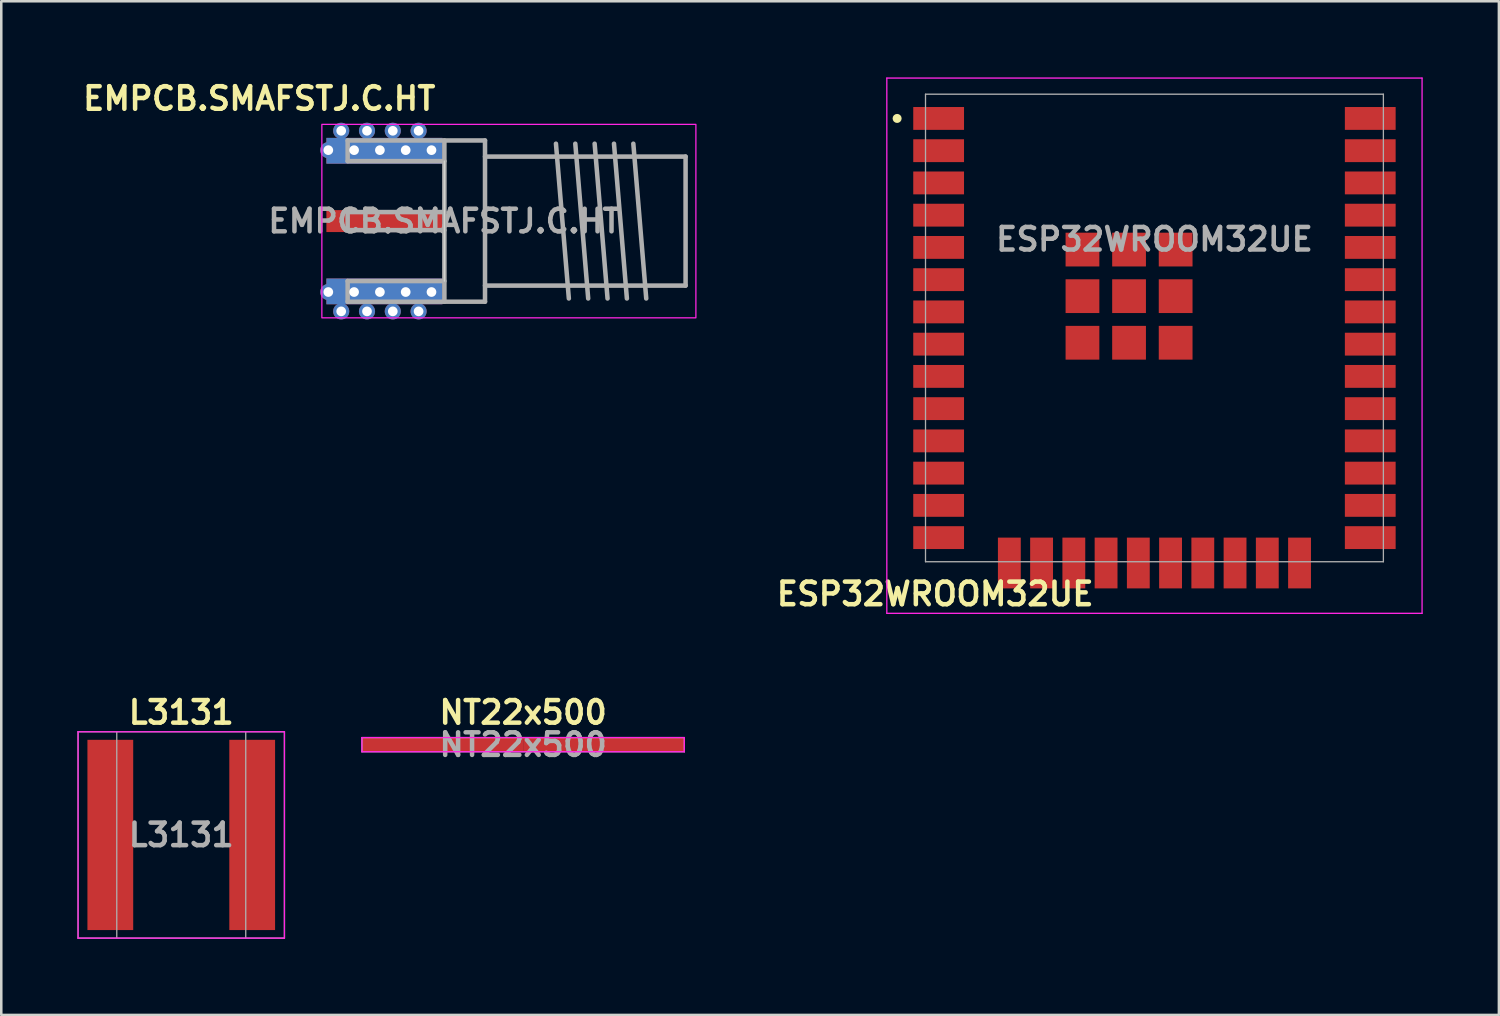
<source format=kicad_pcb>
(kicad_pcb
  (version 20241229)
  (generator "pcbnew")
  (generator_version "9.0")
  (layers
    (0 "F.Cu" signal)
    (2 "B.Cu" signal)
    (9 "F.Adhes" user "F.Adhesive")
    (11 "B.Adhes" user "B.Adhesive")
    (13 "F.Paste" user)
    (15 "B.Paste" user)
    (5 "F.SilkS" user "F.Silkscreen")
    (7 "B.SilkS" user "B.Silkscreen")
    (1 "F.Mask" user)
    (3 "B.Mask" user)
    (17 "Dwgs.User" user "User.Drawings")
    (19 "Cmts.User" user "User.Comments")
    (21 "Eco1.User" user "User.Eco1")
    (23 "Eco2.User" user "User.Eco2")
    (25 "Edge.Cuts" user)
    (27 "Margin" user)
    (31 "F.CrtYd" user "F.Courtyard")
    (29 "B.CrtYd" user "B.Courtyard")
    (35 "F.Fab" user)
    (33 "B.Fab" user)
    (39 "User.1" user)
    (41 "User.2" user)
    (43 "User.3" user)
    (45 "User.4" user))
  (footprint "EMPCB.SMAFSTJ.C.HT"
    (layer "F.Cu")
    (at 14.453 5.658)
    (property "Reference" "EMPCB.SMAFSTJ.C.HT" (at -0.254 -4.826 0) (layer "F.SilkS") (effects (font (size 0.889 0.889) (thickness 0.178)) (justify right)))
    (attr smd)
    (fp_rect (start -4.826 -3.81) (end 0 3.81) (stroke (width 0) (type solid)) (fill yes) (layer "F.Mask"))
    (fp_rect (start -4.826 -3.81) (end 0 -1.727) (stroke (width 0) (type solid)) (fill yes) (layer "B.Mask"))
    (fp_rect (start -4.826 1.727) (end 0 3.81) (stroke (width 0) (type solid)) (fill yes) (layer "B.Mask"))
    (fp_line (start 0 -2.362) (end 0 2.362) (stroke (width 0.051) (type default)) (layer "Edge.Cuts"))
    (fp_rect (start -4.826 -3.81) (end 9.906 3.81) (stroke (width 0.05) (type default)) (fill no) (layer "F.CrtYd"))
    (fp_line (start -3.81 -3.175) (end -3.81 -2.362) (stroke (width 0.178) (type default)) (layer "F.Fab"))
    (fp_line (start -3.81 -3.175) (end 1.6 -3.175) (stroke (width 0.178) (type default)) (layer "F.Fab"))
    (fp_line (start -3.81 -0.356) (end -3.81 0.356) (stroke (width 0.178) (type default)) (layer "F.Fab"))
    (fp_line (start -3.81 3.175) (end -3.81 2.362) (stroke (width 0.178) (type default)) (layer "F.Fab"))
    (fp_line (start 0 -3.175) (end 0 3.175) (stroke (width 0.178) (type default)) (layer "F.Fab"))
    (fp_line (start 0 -2.362) (end -3.81 -2.362) (stroke (width 0.178) (type default)) (layer "F.Fab"))
    (fp_line (start 0 -0.356) (end -3.81 -0.356) (stroke (width 0.178) (type default)) (layer "F.Fab"))
    (fp_line (start 0 0.356) (end -3.81 0.356) (stroke (width 0.178) (type default)) (layer "F.Fab"))
    (fp_line (start 0 2.362) (end -3.81 2.362) (stroke (width 0.178) (type default)) (layer "F.Fab"))
    (fp_line (start 1.6 -2.54) (end 9.5 -2.54) (stroke (width 0.178) (type default)) (layer "F.Fab"))
    (fp_line (start 1.6 2.54) (end 9.5 2.54) (stroke (width 0.178) (type default)) (layer "F.Fab"))
    (fp_line (start 1.6 3.175) (end -3.81 3.175) (stroke (width 0.178) (type default)) (layer "F.Fab"))
    (fp_line (start 1.6 3.175) (end 1.6 -3.175) (stroke (width 0.178) (type default)) (layer "F.Fab"))
    (fp_line (start 4.394 -3.048) (end 4.902 3.048) (stroke (width 0.178) (type default)) (layer "F.Fab"))
    (fp_line (start 5.156 -3.048) (end 5.664 3.048) (stroke (width 0.178) (type default)) (layer "F.Fab"))
    (fp_line (start 5.918 -3.048) (end 6.426 3.048) (stroke (width 0.178) (type default)) (layer "F.Fab"))
    (fp_line (start 6.68 -3.048) (end 7.188 3.048) (stroke (width 0.178) (type default)) (layer "F.Fab"))
    (fp_line (start 7.442 -3.048) (end 7.95 3.048) (stroke (width 0.178) (type default)) (layer "F.Fab"))
    (fp_line (start 9.5 2.54) (end 9.5 -2.54) (stroke (width 0.178) (type default)) (layer "F.Fab"))
    (fp_text user "${REFERENCE}" (at 0 0 0) (layer "F.Fab") (effects (font (size 0.889 0.889) (thickness 0.178) (bold yes))))
    (pad "0" thru_hole circle (at -4.572 -2.794) (size 0.635 0.635) (drill 0.381) (layers "*.Cu" "*.Mask"))
    (pad "0" thru_hole circle (at -4.572 2.794) (size 0.635 0.635) (drill 0.381) (layers "*.Cu" "*.Mask"))
    (pad "0" thru_hole circle (at -4.064 -3.556) (size 0.635 0.635) (drill 0.381) (layers "*.Cu" "*.Mask"))
    (pad "0" thru_hole circle (at -4.064 3.556) (size 0.635 0.635) (drill 0.381) (layers "*.Cu" "*.Mask"))
    (pad "0" thru_hole circle (at -3.556 -2.794) (size 0.635 0.635) (drill 0.381) (layers "*.Cu" "*.Mask"))
    (pad "0" thru_hole circle (at -3.556 2.794) (size 0.635 0.635) (drill 0.381) (layers "*.Cu" "*.Mask"))
    (pad "0" thru_hole circle (at -3.048 -3.556) (size 0.635 0.635) (drill 0.381) (layers "*.Cu" "*.Mask"))
    (pad "0" thru_hole circle (at -3.048 3.556) (size 0.635 0.635) (drill 0.381) (layers "*.Cu" "*.Mask"))
    (pad "0" thru_hole circle (at -2.54 -2.794) (size 0.635 0.635) (drill 0.381) (layers "*.Cu" "*.Mask"))
    (pad "0" thru_hole circle (at -2.54 2.794) (size 0.635 0.635) (drill 0.381) (layers "*.Cu" "*.Mask"))
    (pad "0" smd rect (at -2.362 -2.769) (size 4.572 1.016) (layers "F.Cu" "F.Mask" "F.Paste"))
    (pad "0" smd rect (at -2.362 -2.769) (size 4.572 1.016) (layers "B.Cu" "B.Mask" "B.Paste"))
    (pad "0" smd rect (at -2.362 2.769) (size 4.572 1.016) (layers "F.Cu" "F.Mask" "F.Paste"))
    (pad "0" smd rect (at -2.362 2.769) (size 4.572 1.016) (layers "B.Cu" "B.Mask" "B.Paste"))
    (pad "0" thru_hole circle (at -2.032 -3.556) (size 0.635 0.635) (drill 0.381) (layers "*.Cu" "*.Mask"))
    (pad "0" thru_hole circle (at -2.032 3.556) (size 0.635 0.635) (drill 0.381) (layers "*.Cu" "*.Mask"))
    (pad "0" thru_hole circle (at -1.524 -2.794) (size 0.635 0.635) (drill 0.381) (layers "*.Cu" "*.Mask"))
    (pad "0" thru_hole circle (at -1.524 2.794) (size 0.635 0.635) (drill 0.381) (layers "*.Cu" "*.Mask"))
    (pad "0" thru_hole circle (at -1.016 -3.556) (size 0.635 0.635) (drill 0.381) (layers "*.Cu" "*.Mask"))
    (pad "0" thru_hole circle (at -1.016 3.556) (size 0.635 0.635) (drill 0.381) (layers "*.Cu" "*.Mask"))
    (pad "0" thru_hole circle (at -0.508 -2.794) (size 0.635 0.635) (drill 0.381) (layers "*.Cu" "*.Mask"))
    (pad "0" thru_hole circle (at -0.508 2.794) (size 0.635 0.635) (drill 0.381) (layers "*.Cu" "*.Mask"))
    (pad "1" smd rect (at -2.362 0) (size 4.572 0.864) (layers "F.Cu" "F.Mask" "F.Paste"))
    (zone (net_name "") (layer "F.Cu") (hatch edge 0.5) (connect_pads) (min_thickness 0.25) (filled_areas_thickness no) (keepout (tracks allowed) (vias allowed) (pads allowed) (copperpour not_allowed) (footprints allowed)) (placement (enabled no)) (fill) (polygon (pts (xy 9.804 3.398) (xy 9.804 7.919) (xy 14.453 7.919) (xy 14.453 3.398)))))
  (footprint "ESP32WROOM32UE"
    (layer "F.Cu")
    (at 42.42 6.375)
    (property "Reference" "ESP32WROOM32UE" (at -8.636 13.97 0) (layer "F.SilkS") (effects (font (size 0.889 0.889) (thickness 0.178))))
    (attr smd)
    (fp_circle (center -10.135 -4.76) (end -10.046 -4.76) (stroke (width 0.178) (type default)) (fill no) (layer "F.SilkS"))
    (fp_line (start -10.541 -6.35) (end 10.541 -6.35) (stroke (width 0.051) (type solid)) (layer "F.CrtYd"))
    (fp_line (start -10.541 14.732) (end -10.541 -6.35) (stroke (width 0.051) (type solid)) (layer "F.CrtYd"))
    (fp_line (start 10.541 -6.35) (end 10.541 14.732) (stroke (width 0.051) (type solid)) (layer "F.CrtYd"))
    (fp_line (start 10.541 14.732) (end -10.541 14.732) (stroke (width 0.051) (type solid)) (layer "F.CrtYd"))
    (fp_line (start -9.017 -5.715) (end 9.017 -5.715) (stroke (width 0.051) (type solid)) (layer "F.Fab"))
    (fp_line (start -9.017 12.7) (end -9.017 -5.715) (stroke (width 0.051) (type solid)) (layer "F.Fab"))
    (fp_line (start 9.017 -5.715) (end 9.017 12.7) (stroke (width 0.051) (type solid)) (layer "F.Fab"))
    (fp_line (start 9.017 12.7) (end -9.017 12.7) (stroke (width 0.051) (type solid)) (layer "F.Fab"))
    (fp_text user "${REFERENCE}" (at 0 0 0) (layer "F.Fab") (effects (font (size 0.889 0.889) (thickness 0.178))))
    (pad "1" smd rect (at -8.5 -4.76 90) (size 0.9 2) (layers "F.Cu" "F.Mask" "F.Paste"))
    (pad "2" smd rect (at -8.5 -3.49 90) (size 0.9 2) (layers "F.Cu" "F.Mask" "F.Paste"))
    (pad "3" smd rect (at -8.5 -2.22 90) (size 0.9 2) (layers "F.Cu" "F.Mask" "F.Paste"))
    (pad "4" smd rect (at -8.5 -0.95 90) (size 0.9 2) (layers "F.Cu" "F.Mask" "F.Paste"))
    (pad "5" smd rect (at -8.5 0.32 90) (size 0.9 2) (layers "F.Cu" "F.Mask" "F.Paste"))
    (pad "6" smd rect (at -8.5 1.59 90) (size 0.9 2) (layers "F.Cu" "F.Mask" "F.Paste"))
    (pad "7" smd rect (at -8.5 2.86 90) (size 0.9 2) (layers "F.Cu" "F.Mask" "F.Paste"))
    (pad "8" smd rect (at -8.5 4.13 90) (size 0.9 2) (layers "F.Cu" "F.Mask" "F.Paste"))
    (pad "9" smd rect (at -8.5 5.4 90) (size 0.9 2) (layers "F.Cu" "F.Mask" "F.Paste"))
    (pad "10" smd rect (at -8.5 6.67 90) (size 0.9 2) (layers "F.Cu" "F.Mask" "F.Paste"))
    (pad "11" smd rect (at -8.5 7.94 90) (size 0.9 2) (layers "F.Cu" "F.Mask" "F.Paste"))
    (pad "12" smd rect (at -8.5 9.21 90) (size 0.9 2) (layers "F.Cu" "F.Mask" "F.Paste"))
    (pad "13" smd rect (at -8.5 10.48 90) (size 0.9 2) (layers "F.Cu" "F.Mask" "F.Paste"))
    (pad "14" smd rect (at -8.5 11.75 90) (size 0.9 2) (layers "F.Cu" "F.Mask" "F.Paste"))
    (pad "15" smd rect (at -5.715 12.75) (size 0.9 2) (layers "F.Cu" "F.Mask" "F.Paste"))
    (pad "16" smd rect (at -4.445 12.75) (size 0.9 2) (layers "F.Cu" "F.Mask" "F.Paste"))
    (pad "17" smd rect (at -3.175 12.75) (size 0.9 2) (layers "F.Cu" "F.Mask" "F.Paste"))
    (pad "18" smd rect (at -1.905 12.75) (size 0.9 2) (layers "F.Cu" "F.Mask" "F.Paste"))
    (pad "19" smd rect (at -0.635 12.75) (size 0.9 2) (layers "F.Cu" "F.Mask" "F.Paste"))
    (pad "20" smd rect (at 0.635 12.75) (size 0.9 2) (layers "F.Cu" "F.Mask" "F.Paste"))
    (pad "21" smd rect (at 1.905 12.75) (size 0.9 2) (layers "F.Cu" "F.Mask" "F.Paste"))
    (pad "22" smd rect (at 3.175 12.75) (size 0.9 2) (layers "F.Cu" "F.Mask" "F.Paste"))
    (pad "23" smd rect (at 4.445 12.75) (size 0.9 2) (layers "F.Cu" "F.Mask" "F.Paste"))
    (pad "24" smd rect (at 5.715 12.75) (size 0.9 2) (layers "F.Cu" "F.Mask" "F.Paste"))
    (pad "25" smd rect (at 8.5 11.75 90) (size 0.9 2) (layers "F.Cu" "F.Mask" "F.Paste"))
    (pad "26" smd rect (at 8.5 10.48 90) (size 0.9 2) (layers "F.Cu" "F.Mask" "F.Paste"))
    (pad "27" smd rect (at 8.5 9.21 90) (size 0.9 2) (layers "F.Cu" "F.Mask" "F.Paste"))
    (pad "28" smd rect (at 8.5 7.94 90) (size 0.9 2) (layers "F.Cu" "F.Mask" "F.Paste"))
    (pad "29" smd rect (at 8.5 6.67 90) (size 0.9 2) (layers "F.Cu" "F.Mask" "F.Paste"))
    (pad "30" smd rect (at 8.5 5.4 90) (size 0.9 2) (layers "F.Cu" "F.Mask" "F.Paste"))
    (pad "31" smd rect (at 8.5 4.13 90) (size 0.9 2) (layers "F.Cu" "F.Mask" "F.Paste"))
    (pad "32" smd rect (at 8.5 2.86 90) (size 0.9 2) (layers "F.Cu" "F.Mask" "F.Paste"))
    (pad "33" smd rect (at 8.5 1.59 90) (size 0.9 2) (layers "F.Cu" "F.Mask" "F.Paste"))
    (pad "34" smd rect (at 8.5 0.32 90) (size 0.9 2) (layers "F.Cu" "F.Mask" "F.Paste"))
    (pad "35" smd rect (at 8.5 -0.95 90) (size 0.9 2) (layers "F.Cu" "F.Mask" "F.Paste"))
    (pad "36" smd rect (at 8.5 -2.22 90) (size 0.9 2) (layers "F.Cu" "F.Mask" "F.Paste"))
    (pad "37" smd rect (at 8.5 -3.49 90) (size 0.9 2) (layers "F.Cu" "F.Mask" "F.Paste"))
    (pad "38" smd rect (at 8.5 -4.76 90) (size 0.9 2) (layers "F.Cu" "F.Mask" "F.Paste"))
    (pad "39" smd rect (at -1 2.24 90) (size 1.33 1.33) (layers "F.Cu" "F.Mask" "F.Paste"))
    (pad "40" smd rect (at -2.835 4.075 90) (size 1.33 1.33) (layers "F.Cu" "F.Mask" "F.Paste"))
    (pad "41" smd rect (at -1 4.075 90) (size 1.33 1.33) (layers "F.Cu" "F.Mask" "F.Paste"))
    (pad "42" smd rect (at 0.835 4.075 90) (size 1.33 1.33) (layers "F.Cu" "F.Mask" "F.Paste"))
    (pad "43" smd rect (at 0.835 2.24 90) (size 1.33 1.33) (layers "F.Cu" "F.Mask" "F.Paste"))
    (pad "44" smd rect (at 0.835 0.405 90) (size 1.33 1.33) (layers "F.Cu" "F.Mask" "F.Paste"))
    (pad "45" smd rect (at -1 0.405 90) (size 1.33 1.33) (layers "F.Cu" "F.Mask" "F.Paste"))
    (pad "46" smd rect (at -2.835 0.405 90) (size 1.33 1.33) (layers "F.Cu" "F.Mask" "F.Paste"))
    (pad "47" smd rect (at -2.835 2.24 90) (size 1.33 1.33) (layers "F.Cu" "F.Mask" "F.Paste")))
  (footprint "L3131"
    (layer "F.Cu")
    (at 4.089 29.836)
    (property "Reference" "L3131" (at 0 -4.826 0) (layer "F.SilkS") (effects (font (size 0.889 0.889) (thickness 0.178) (bold yes))))
    (attr smd)
    (fp_line (start -4.064 -4.064) (end -4.064 4.064) (stroke (width 0.051) (type default)) (layer "F.CrtYd"))
    (fp_line (start 4.064 -4.064) (end -4.064 -4.064) (stroke (width 0.051) (type default)) (layer "F.CrtYd"))
    (fp_line (start 4.064 -4.064) (end 4.064 4.064) (stroke (width 0.051) (type default)) (layer "F.CrtYd"))
    (fp_line (start 4.064 4.064) (end -4.064 4.064) (stroke (width 0.051) (type default)) (layer "F.CrtYd"))
    (fp_line (start -4.064 -4.064) (end 4.064 -4.064) (stroke (width 0.051) (type solid)) (layer "F.Fab"))
    (fp_line (start -4.064 4.064) (end -4.064 -4.064) (stroke (width 0.051) (type solid)) (layer "F.Fab"))
    (fp_line (start -2.54 4.064) (end -2.54 -4.064) (stroke (width 0.051) (type solid)) (layer "F.Fab"))
    (fp_line (start 2.54 4.064) (end 2.54 -4.064) (stroke (width 0.051) (type solid)) (layer "F.Fab"))
    (fp_line (start 4.064 -4.064) (end 4.064 4.064) (stroke (width 0.051) (type solid)) (layer "F.Fab"))
    (fp_line (start 4.064 4.064) (end -4.064 4.064) (stroke (width 0.051) (type solid)) (layer "F.Fab"))
    (fp_text user "${REFERENCE}" (at 0 0 0) (layer "F.Fab") (effects (font (size 0.889 0.889) (thickness 0.178) (bold yes))))
    (pad "1" smd rect (at -2.794 0) (size 1.803 7.493) (layers "F.Cu" "F.Mask" "F.Paste"))
    (pad "2" smd rect (at 2.794 0) (size 1.803 7.493) (layers "F.Cu" "F.Mask" "F.Paste")))
  (footprint "NT22x500"
    (layer "F.Cu")
    (at 17.554 26.28)
    (property "Reference" "NT22x500" (at 0 -1.27 0) (layer "F.SilkS") (effects (font (size 0.889 0.889) (thickness 0.178))))
    (attr smd allow_missing_courtyard)
    (fp_rect (start 6.35 -0.279) (end -6.35 0.279) (stroke (width 0) (type default)) (fill yes) (layer "F.Mask"))
    (fp_line (start -6.35 -0.279) (end -6.35 0.279) (stroke (width 0.051) (type default)) (layer "F.CrtYd"))
    (fp_line (start -6.35 0.279) (end 6.35 0.279) (stroke (width 0.051) (type default)) (layer "F.CrtYd"))
    (fp_line (start 6.35 -0.279) (end -6.35 -0.279) (stroke (width 0.051) (type default)) (layer "F.CrtYd"))
    (fp_line (start 6.35 0.279) (end 6.35 -0.279) (stroke (width 0.051) (type default)) (layer "F.CrtYd"))
    (fp_line (start -6.35 -0.279) (end -6.35 0.279) (stroke (width 0.051) (type default)) (layer "F.Fab"))
    (fp_line (start -6.35 0.279) (end 6.35 0.279) (stroke (width 0.051) (type default)) (layer "F.Fab"))
    (fp_line (start 6.35 -0.279) (end -6.35 -0.279) (stroke (width 0.051) (type default)) (layer "F.Fab"))
    (fp_line (start 6.35 0.279) (end 6.35 -0.279) (stroke (width 0.051) (type default)) (layer "F.Fab"))
    (fp_text user "${REFERENCE}" (at 0 0 0) (layer "F.Fab") (effects (font (size 0.889 0.889) (thickness 0.178))))
    (pad "1" smd rect (at -3.175 0) (size 6.35 0.559) (layers "F.Cu" "F.Mask"))
    (pad "2" smd rect (at 3.175 0) (size 6.35 0.559) (layers "F.Cu" "F.Mask")))
  (gr_rect
    (start -3 -3)
    (end 55.987 36.925)
    (stroke (width 0.1) (type default))
    (fill no)
    (layer "Edge.Cuts")))
</source>
